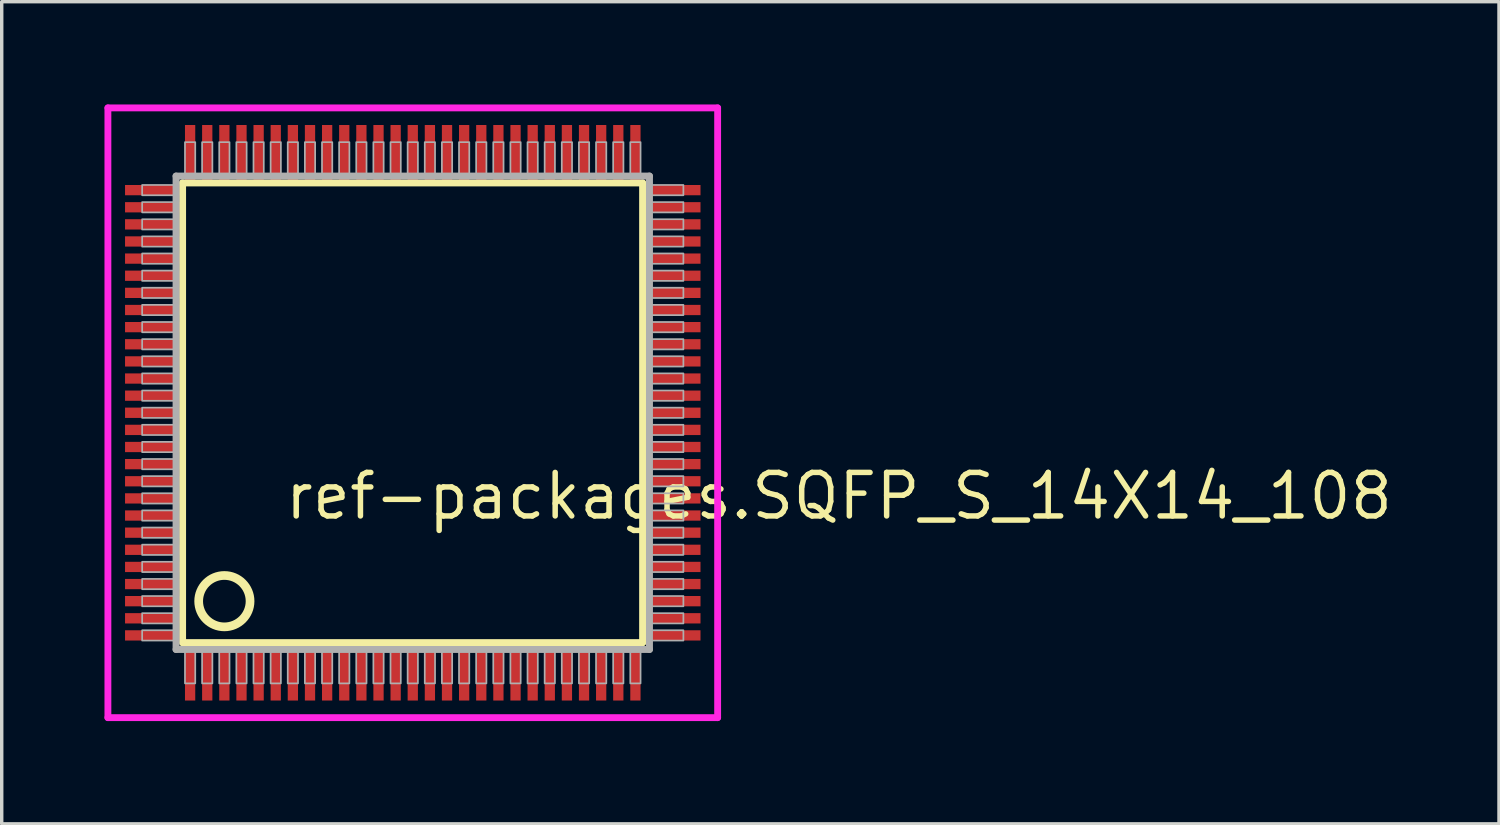
<source format=kicad_pcb>
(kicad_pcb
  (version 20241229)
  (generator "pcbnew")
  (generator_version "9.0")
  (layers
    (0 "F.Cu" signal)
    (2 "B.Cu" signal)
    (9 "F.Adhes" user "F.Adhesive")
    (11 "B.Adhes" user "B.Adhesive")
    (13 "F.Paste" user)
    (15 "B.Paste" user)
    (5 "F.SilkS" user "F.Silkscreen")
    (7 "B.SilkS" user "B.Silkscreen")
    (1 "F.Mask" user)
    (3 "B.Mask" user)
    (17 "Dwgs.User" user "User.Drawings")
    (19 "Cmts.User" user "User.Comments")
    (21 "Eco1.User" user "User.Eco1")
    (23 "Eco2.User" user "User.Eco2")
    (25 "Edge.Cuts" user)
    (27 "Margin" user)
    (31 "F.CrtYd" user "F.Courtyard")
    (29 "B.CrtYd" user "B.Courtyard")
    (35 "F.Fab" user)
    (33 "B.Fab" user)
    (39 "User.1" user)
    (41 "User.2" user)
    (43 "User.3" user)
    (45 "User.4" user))
  (footprint "ref-packages.SQFP_S_14X14_108"
    (layer "F.Cu")
    (at 9 9)
    (property "Reference" "ref-packages.SQFP_S_14X14_108" (at -3.81 3.175 0) (layer "F.SilkS") (effects (font (size 1.27 1.27) (thickness 0.16)) (justify left bottom)))
    (attr smd)
    (fp_line (start -6.72 -6.71) (end 6.71 -6.71) (stroke (width 0.203) (type default)) (layer "F.SilkS"))
    (fp_line (start -6.72 6.71) (end -6.72 -6.71) (stroke (width 0.203) (type default)) (layer "F.SilkS"))
    (fp_line (start 6.71 6.71) (end -6.72 6.71) (stroke (width 0.203) (type default)) (layer "F.SilkS"))
    (fp_line (start 6.71 -6.71) (end 6.71 6.71) (stroke (width 0.203) (type default)) (layer "F.SilkS"))
    (fp_circle (center -5.5 5.5) (end -4.75 5.5) (stroke (width 0.254) (type default)) (fill no) (layer "F.SilkS"))
    (fp_line (start -8.9 -8.9) (end 8.9 -8.9) (stroke (width 0.2) (type default)) (layer "F.CrtYd"))
    (fp_line (start -8.9 8.9) (end -8.9 -8.9) (stroke (width 0.2) (type default)) (layer "F.CrtYd"))
    (fp_line (start 8.9 -8.9) (end 8.9 8.9) (stroke (width 0.2) (type default)) (layer "F.CrtYd"))
    (fp_line (start 8.9 8.9) (end -8.9 8.9) (stroke (width 0.2) (type default)) (layer "F.CrtYd"))
    (fp_line (start -6.91 -6.91) (end -6.91 6.91) (stroke (width 0.203) (type default)) (layer "F.Fab"))
    (fp_line (start -6.91 6.91) (end 6.91 6.91) (stroke (width 0.203) (type default)) (layer "F.Fab"))
    (fp_line (start 6.91 -6.91) (end -6.91 -6.91) (stroke (width 0.203) (type default)) (layer "F.Fab"))
    (fp_line (start 6.91 6.91) (end 6.91 -6.91) (stroke (width 0.203) (type default)) (layer "F.Fab"))
    (fp_rect (start -7.9 -6.35) (end -6.95 -6.65) (stroke (width 0.05) (type default)) (fill no) (layer "F.Fab"))
    (fp_rect (start -7.9 -5.85) (end -6.95 -6.15) (stroke (width 0.05) (type default)) (fill no) (layer "F.Fab"))
    (fp_rect (start -7.9 -5.35) (end -6.95 -5.65) (stroke (width 0.05) (type default)) (fill no) (layer "F.Fab"))
    (fp_rect (start -7.9 -4.85) (end -6.95 -5.15) (stroke (width 0.05) (type default)) (fill no) (layer "F.Fab"))
    (fp_rect (start -7.9 -4.35) (end -6.95 -4.65) (stroke (width 0.05) (type default)) (fill no) (layer "F.Fab"))
    (fp_rect (start -7.9 -3.85) (end -6.95 -4.15) (stroke (width 0.05) (type default)) (fill no) (layer "F.Fab"))
    (fp_rect (start -7.9 -3.35) (end -6.95 -3.65) (stroke (width 0.05) (type default)) (fill no) (layer "F.Fab"))
    (fp_rect (start -7.9 -2.85) (end -6.95 -3.15) (stroke (width 0.05) (type default)) (fill no) (layer "F.Fab"))
    (fp_rect (start -7.9 -2.35) (end -6.95 -2.65) (stroke (width 0.05) (type default)) (fill no) (layer "F.Fab"))
    (fp_rect (start -7.9 -1.85) (end -6.95 -2.15) (stroke (width 0.05) (type default)) (fill no) (layer "F.Fab"))
    (fp_rect (start -7.9 -1.35) (end -6.95 -1.65) (stroke (width 0.05) (type default)) (fill no) (layer "F.Fab"))
    (fp_rect (start -7.9 -0.85) (end -6.95 -1.15) (stroke (width 0.05) (type default)) (fill no) (layer "F.Fab"))
    (fp_rect (start -7.9 -0.35) (end -6.95 -0.65) (stroke (width 0.05) (type default)) (fill no) (layer "F.Fab"))
    (fp_rect (start -7.9 0.15) (end -6.95 -0.15) (stroke (width 0.05) (type default)) (fill no) (layer "F.Fab"))
    (fp_rect (start -7.9 0.65) (end -6.95 0.35) (stroke (width 0.05) (type default)) (fill no) (layer "F.Fab"))
    (fp_rect (start -7.9 1.15) (end -6.95 0.85) (stroke (width 0.05) (type default)) (fill no) (layer "F.Fab"))
    (fp_rect (start -7.9 1.65) (end -6.95 1.35) (stroke (width 0.05) (type default)) (fill no) (layer "F.Fab"))
    (fp_rect (start -7.9 2.15) (end -6.95 1.85) (stroke (width 0.05) (type default)) (fill no) (layer "F.Fab"))
    (fp_rect (start -7.9 2.65) (end -6.95 2.35) (stroke (width 0.05) (type default)) (fill no) (layer "F.Fab"))
    (fp_rect (start -7.9 3.15) (end -6.95 2.85) (stroke (width 0.05) (type default)) (fill no) (layer "F.Fab"))
    (fp_rect (start -7.9 3.65) (end -6.95 3.35) (stroke (width 0.05) (type default)) (fill no) (layer "F.Fab"))
    (fp_rect (start -7.9 4.15) (end -6.95 3.85) (stroke (width 0.05) (type default)) (fill no) (layer "F.Fab"))
    (fp_rect (start -7.9 4.65) (end -6.95 4.35) (stroke (width 0.05) (type default)) (fill no) (layer "F.Fab"))
    (fp_rect (start -7.9 5.15) (end -6.95 4.85) (stroke (width 0.05) (type default)) (fill no) (layer "F.Fab"))
    (fp_rect (start -7.9 5.65) (end -6.95 5.35) (stroke (width 0.05) (type default)) (fill no) (layer "F.Fab"))
    (fp_rect (start -7.9 6.15) (end -6.95 5.85) (stroke (width 0.05) (type default)) (fill no) (layer "F.Fab"))
    (fp_rect (start -7.9 6.65) (end -6.95 6.35) (stroke (width 0.05) (type default)) (fill no) (layer "F.Fab"))
    (fp_rect (start -6.65 -6.95) (end -6.35 -7.9) (stroke (width 0.05) (type default)) (fill no) (layer "F.Fab"))
    (fp_rect (start -6.65 7.9) (end -6.35 6.95) (stroke (width 0.05) (type default)) (fill no) (layer "F.Fab"))
    (fp_rect (start -6.15 -6.95) (end -5.85 -7.9) (stroke (width 0.05) (type default)) (fill no) (layer "F.Fab"))
    (fp_rect (start -6.15 7.9) (end -5.85 6.95) (stroke (width 0.05) (type default)) (fill no) (layer "F.Fab"))
    (fp_rect (start -5.65 -6.95) (end -5.35 -7.9) (stroke (width 0.05) (type default)) (fill no) (layer "F.Fab"))
    (fp_rect (start -5.65 7.9) (end -5.35 6.95) (stroke (width 0.05) (type default)) (fill no) (layer "F.Fab"))
    (fp_rect (start -5.15 -6.95) (end -4.85 -7.9) (stroke (width 0.05) (type default)) (fill no) (layer "F.Fab"))
    (fp_rect (start -5.15 7.9) (end -4.85 6.95) (stroke (width 0.05) (type default)) (fill no) (layer "F.Fab"))
    (fp_rect (start -4.65 -6.95) (end -4.35 -7.9) (stroke (width 0.05) (type default)) (fill no) (layer "F.Fab"))
    (fp_rect (start -4.65 7.9) (end -4.35 6.95) (stroke (width 0.05) (type default)) (fill no) (layer "F.Fab"))
    (fp_rect (start -4.15 -6.95) (end -3.85 -7.9) (stroke (width 0.05) (type default)) (fill no) (layer "F.Fab"))
    (fp_rect (start -4.15 7.9) (end -3.85 6.95) (stroke (width 0.05) (type default)) (fill no) (layer "F.Fab"))
    (fp_rect (start -3.65 -6.95) (end -3.35 -7.9) (stroke (width 0.05) (type default)) (fill no) (layer "F.Fab"))
    (fp_rect (start -3.65 7.9) (end -3.35 6.95) (stroke (width 0.05) (type default)) (fill no) (layer "F.Fab"))
    (fp_rect (start -3.15 -6.95) (end -2.85 -7.9) (stroke (width 0.05) (type default)) (fill no) (layer "F.Fab"))
    (fp_rect (start -3.15 7.9) (end -2.85 6.95) (stroke (width 0.05) (type default)) (fill no) (layer "F.Fab"))
    (fp_rect (start -2.65 -6.95) (end -2.35 -7.9) (stroke (width 0.05) (type default)) (fill no) (layer "F.Fab"))
    (fp_rect (start -2.65 7.9) (end -2.35 6.95) (stroke (width 0.05) (type default)) (fill no) (layer "F.Fab"))
    (fp_rect (start -2.15 -6.95) (end -1.85 -7.9) (stroke (width 0.05) (type default)) (fill no) (layer "F.Fab"))
    (fp_rect (start -2.15 7.9) (end -1.85 6.95) (stroke (width 0.05) (type default)) (fill no) (layer "F.Fab"))
    (fp_rect (start -1.65 -6.95) (end -1.35 -7.9) (stroke (width 0.05) (type default)) (fill no) (layer "F.Fab"))
    (fp_rect (start -1.65 7.9) (end -1.35 6.95) (stroke (width 0.05) (type default)) (fill no) (layer "F.Fab"))
    (fp_rect (start -1.15 -6.95) (end -0.85 -7.9) (stroke (width 0.05) (type default)) (fill no) (layer "F.Fab"))
    (fp_rect (start -1.15 7.9) (end -0.85 6.95) (stroke (width 0.05) (type default)) (fill no) (layer "F.Fab"))
    (fp_rect (start -0.65 -6.95) (end -0.35 -7.9) (stroke (width 0.05) (type default)) (fill no) (layer "F.Fab"))
    (fp_rect (start -0.65 7.9) (end -0.35 6.95) (stroke (width 0.05) (type default)) (fill no) (layer "F.Fab"))
    (fp_rect (start -0.15 -6.95) (end 0.15 -7.9) (stroke (width 0.05) (type default)) (fill no) (layer "F.Fab"))
    (fp_rect (start -0.15 7.9) (end 0.15 6.95) (stroke (width 0.05) (type default)) (fill no) (layer "F.Fab"))
    (fp_rect (start 0.35 -6.95) (end 0.65 -7.9) (stroke (width 0.05) (type default)) (fill no) (layer "F.Fab"))
    (fp_rect (start 0.35 7.9) (end 0.65 6.95) (stroke (width 0.05) (type default)) (fill no) (layer "F.Fab"))
    (fp_rect (start 0.85 -6.95) (end 1.15 -7.9) (stroke (width 0.05) (type default)) (fill no) (layer "F.Fab"))
    (fp_rect (start 0.85 7.9) (end 1.15 6.95) (stroke (width 0.05) (type default)) (fill no) (layer "F.Fab"))
    (fp_rect (start 1.35 -6.95) (end 1.65 -7.9) (stroke (width 0.05) (type default)) (fill no) (layer "F.Fab"))
    (fp_rect (start 1.35 7.9) (end 1.65 6.95) (stroke (width 0.05) (type default)) (fill no) (layer "F.Fab"))
    (fp_rect (start 1.85 -6.95) (end 2.15 -7.9) (stroke (width 0.05) (type default)) (fill no) (layer "F.Fab"))
    (fp_rect (start 1.85 7.9) (end 2.15 6.95) (stroke (width 0.05) (type default)) (fill no) (layer "F.Fab"))
    (fp_rect (start 2.35 -6.95) (end 2.65 -7.9) (stroke (width 0.05) (type default)) (fill no) (layer "F.Fab"))
    (fp_rect (start 2.35 7.9) (end 2.65 6.95) (stroke (width 0.05) (type default)) (fill no) (layer "F.Fab"))
    (fp_rect (start 2.85 -6.95) (end 3.15 -7.9) (stroke (width 0.05) (type default)) (fill no) (layer "F.Fab"))
    (fp_rect (start 2.85 7.9) (end 3.15 6.95) (stroke (width 0.05) (type default)) (fill no) (layer "F.Fab"))
    (fp_rect (start 3.35 -6.95) (end 3.65 -7.9) (stroke (width 0.05) (type default)) (fill no) (layer "F.Fab"))
    (fp_rect (start 3.35 7.9) (end 3.65 6.95) (stroke (width 0.05) (type default)) (fill no) (layer "F.Fab"))
    (fp_rect (start 3.85 -6.95) (end 4.15 -7.9) (stroke (width 0.05) (type default)) (fill no) (layer "F.Fab"))
    (fp_rect (start 3.85 7.9) (end 4.15 6.95) (stroke (width 0.05) (type default)) (fill no) (layer "F.Fab"))
    (fp_rect (start 4.35 -6.95) (end 4.65 -7.9) (stroke (width 0.05) (type default)) (fill no) (layer "F.Fab"))
    (fp_rect (start 4.35 7.9) (end 4.65 6.95) (stroke (width 0.05) (type default)) (fill no) (layer "F.Fab"))
    (fp_rect (start 4.85 -6.95) (end 5.15 -7.9) (stroke (width 0.05) (type default)) (fill no) (layer "F.Fab"))
    (fp_rect (start 4.85 7.9) (end 5.15 6.95) (stroke (width 0.05) (type default)) (fill no) (layer "F.Fab"))
    (fp_rect (start 5.35 -6.95) (end 5.65 -7.9) (stroke (width 0.05) (type default)) (fill no) (layer "F.Fab"))
    (fp_rect (start 5.35 7.9) (end 5.65 6.95) (stroke (width 0.05) (type default)) (fill no) (layer "F.Fab"))
    (fp_rect (start 5.85 -6.95) (end 6.15 -7.9) (stroke (width 0.05) (type default)) (fill no) (layer "F.Fab"))
    (fp_rect (start 5.85 7.9) (end 6.15 6.95) (stroke (width 0.05) (type default)) (fill no) (layer "F.Fab"))
    (fp_rect (start 6.35 -6.95) (end 6.65 -7.9) (stroke (width 0.05) (type default)) (fill no) (layer "F.Fab"))
    (fp_rect (start 6.35 7.9) (end 6.65 6.95) (stroke (width 0.05) (type default)) (fill no) (layer "F.Fab"))
    (fp_rect (start 6.95 -6.35) (end 7.9 -6.65) (stroke (width 0.05) (type default)) (fill no) (layer "F.Fab"))
    (fp_rect (start 6.95 -5.85) (end 7.9 -6.15) (stroke (width 0.05) (type default)) (fill no) (layer "F.Fab"))
    (fp_rect (start 6.95 -5.35) (end 7.9 -5.65) (stroke (width 0.05) (type default)) (fill no) (layer "F.Fab"))
    (fp_rect (start 6.95 -4.85) (end 7.9 -5.15) (stroke (width 0.05) (type default)) (fill no) (layer "F.Fab"))
    (fp_rect (start 6.95 -4.35) (end 7.9 -4.65) (stroke (width 0.05) (type default)) (fill no) (layer "F.Fab"))
    (fp_rect (start 6.95 -3.85) (end 7.9 -4.15) (stroke (width 0.05) (type default)) (fill no) (layer "F.Fab"))
    (fp_rect (start 6.95 -3.35) (end 7.9 -3.65) (stroke (width 0.05) (type default)) (fill no) (layer "F.Fab"))
    (fp_rect (start 6.95 -2.85) (end 7.9 -3.15) (stroke (width 0.05) (type default)) (fill no) (layer "F.Fab"))
    (fp_rect (start 6.95 -2.35) (end 7.9 -2.65) (stroke (width 0.05) (type default)) (fill no) (layer "F.Fab"))
    (fp_rect (start 6.95 -1.85) (end 7.9 -2.15) (stroke (width 0.05) (type default)) (fill no) (layer "F.Fab"))
    (fp_rect (start 6.95 -1.35) (end 7.9 -1.65) (stroke (width 0.05) (type default)) (fill no) (layer "F.Fab"))
    (fp_rect (start 6.95 -0.85) (end 7.9 -1.15) (stroke (width 0.05) (type default)) (fill no) (layer "F.Fab"))
    (fp_rect (start 6.95 -0.35) (end 7.9 -0.65) (stroke (width 0.05) (type default)) (fill no) (layer "F.Fab"))
    (fp_rect (start 6.95 0.15) (end 7.9 -0.15) (stroke (width 0.05) (type default)) (fill no) (layer "F.Fab"))
    (fp_rect (start 6.95 0.65) (end 7.9 0.35) (stroke (width 0.05) (type default)) (fill no) (layer "F.Fab"))
    (fp_rect (start 6.95 1.15) (end 7.9 0.85) (stroke (width 0.05) (type default)) (fill no) (layer "F.Fab"))
    (fp_rect (start 6.95 1.65) (end 7.9 1.35) (stroke (width 0.05) (type default)) (fill no) (layer "F.Fab"))
    (fp_rect (start 6.95 2.15) (end 7.9 1.85) (stroke (width 0.05) (type default)) (fill no) (layer "F.Fab"))
    (fp_rect (start 6.95 2.65) (end 7.9 2.35) (stroke (width 0.05) (type default)) (fill no) (layer "F.Fab"))
    (fp_rect (start 6.95 3.15) (end 7.9 2.85) (stroke (width 0.05) (type default)) (fill no) (layer "F.Fab"))
    (fp_rect (start 6.95 3.65) (end 7.9 3.35) (stroke (width 0.05) (type default)) (fill no) (layer "F.Fab"))
    (fp_rect (start 6.95 4.15) (end 7.9 3.85) (stroke (width 0.05) (type default)) (fill no) (layer "F.Fab"))
    (fp_rect (start 6.95 4.65) (end 7.9 4.35) (stroke (width 0.05) (type default)) (fill no) (layer "F.Fab"))
    (fp_rect (start 6.95 5.15) (end 7.9 4.85) (stroke (width 0.05) (type default)) (fill no) (layer "F.Fab"))
    (fp_rect (start 6.95 5.65) (end 7.9 5.35) (stroke (width 0.05) (type default)) (fill no) (layer "F.Fab"))
    (fp_rect (start 6.95 6.15) (end 7.9 5.85) (stroke (width 0.05) (type default)) (fill no) (layer "F.Fab"))
    (fp_rect (start 6.95 6.65) (end 7.9 6.35) (stroke (width 0.05) (type default)) (fill no) (layer "F.Fab"))
    (pad "1" smd roundrect (at -6.5 7.6) (size 0.3 1.6) (layers "F.Cu" "F.Mask" "F.Paste") (roundrect_rratio 0.01))
    (pad "2" smd roundrect (at -6 7.6) (size 0.3 1.6) (layers "F.Cu" "F.Mask" "F.Paste") (roundrect_rratio 0.01))
    (pad "3" smd roundrect (at -5.5 7.6) (size 0.3 1.6) (layers "F.Cu" "F.Mask" "F.Paste") (roundrect_rratio 0.01))
    (pad "4" smd roundrect (at -5 7.6) (size 0.3 1.6) (layers "F.Cu" "F.Mask" "F.Paste") (roundrect_rratio 0.01))
    (pad "5" smd roundrect (at -4.5 7.6) (size 0.3 1.6) (layers "F.Cu" "F.Mask" "F.Paste") (roundrect_rratio 0.01))
    (pad "6" smd roundrect (at -4 7.6) (size 0.3 1.6) (layers "F.Cu" "F.Mask" "F.Paste") (roundrect_rratio 0.01))
    (pad "7" smd roundrect (at -3.5 7.6) (size 0.3 1.6) (layers "F.Cu" "F.Mask" "F.Paste") (roundrect_rratio 0.01))
    (pad "8" smd roundrect (at -3 7.6) (size 0.3 1.6) (layers "F.Cu" "F.Mask" "F.Paste") (roundrect_rratio 0.01))
    (pad "9" smd roundrect (at -2.5 7.6) (size 0.3 1.6) (layers "F.Cu" "F.Mask" "F.Paste") (roundrect_rratio 0.01))
    (pad "10" smd roundrect (at -2 7.6) (size 0.3 1.6) (layers "F.Cu" "F.Mask" "F.Paste") (roundrect_rratio 0.01))
    (pad "11" smd roundrect (at -1.5 7.6) (size 0.3 1.6) (layers "F.Cu" "F.Mask" "F.Paste") (roundrect_rratio 0.01))
    (pad "12" smd roundrect (at -1 7.6) (size 0.3 1.6) (layers "F.Cu" "F.Mask" "F.Paste") (roundrect_rratio 0.01))
    (pad "13" smd roundrect (at -0.5 7.6) (size 0.3 1.6) (layers "F.Cu" "F.Mask" "F.Paste") (roundrect_rratio 0.01))
    (pad "14" smd roundrect (at 0 7.6) (size 0.3 1.6) (layers "F.Cu" "F.Mask" "F.Paste") (roundrect_rratio 0.01))
    (pad "15" smd roundrect (at 0.5 7.6) (size 0.3 1.6) (layers "F.Cu" "F.Mask" "F.Paste") (roundrect_rratio 0.01))
    (pad "16" smd roundrect (at 1 7.6) (size 0.3 1.6) (layers "F.Cu" "F.Mask" "F.Paste") (roundrect_rratio 0.01))
    (pad "17" smd roundrect (at 1.5 7.6) (size 0.3 1.6) (layers "F.Cu" "F.Mask" "F.Paste") (roundrect_rratio 0.01))
    (pad "18" smd roundrect (at 2 7.6) (size 0.3 1.6) (layers "F.Cu" "F.Mask" "F.Paste") (roundrect_rratio 0.01))
    (pad "19" smd roundrect (at 2.5 7.6) (size 0.3 1.6) (layers "F.Cu" "F.Mask" "F.Paste") (roundrect_rratio 0.01))
    (pad "20" smd roundrect (at 3 7.6) (size 0.3 1.6) (layers "F.Cu" "F.Mask" "F.Paste") (roundrect_rratio 0.01))
    (pad "21" smd roundrect (at 3.5 7.6) (size 0.3 1.6) (layers "F.Cu" "F.Mask" "F.Paste") (roundrect_rratio 0.01))
    (pad "22" smd roundrect (at 4 7.6) (size 0.3 1.6) (layers "F.Cu" "F.Mask" "F.Paste") (roundrect_rratio 0.01))
    (pad "23" smd roundrect (at 4.5 7.6) (size 0.3 1.6) (layers "F.Cu" "F.Mask" "F.Paste") (roundrect_rratio 0.01))
    (pad "24" smd roundrect (at 5 7.6) (size 0.3 1.6) (layers "F.Cu" "F.Mask" "F.Paste") (roundrect_rratio 0.01))
    (pad "25" smd roundrect (at 5.5 7.6) (size 0.3 1.6) (layers "F.Cu" "F.Mask" "F.Paste") (roundrect_rratio 0.01))
    (pad "26" smd roundrect (at 6 7.6) (size 0.3 1.6) (layers "F.Cu" "F.Mask" "F.Paste") (roundrect_rratio 0.01))
    (pad "27" smd roundrect (at 6.5 7.6) (size 0.3 1.6) (layers "F.Cu" "F.Mask" "F.Paste") (roundrect_rratio 0.01))
    (pad "28" smd roundrect (at 7.6 6.5) (size 1.6 0.3) (layers "F.Cu" "F.Mask" "F.Paste") (roundrect_rratio 0.01))
    (pad "29" smd roundrect (at 7.6 6) (size 1.6 0.3) (layers "F.Cu" "F.Mask" "F.Paste") (roundrect_rratio 0.01))
    (pad "30" smd roundrect (at 7.6 5.5) (size 1.6 0.3) (layers "F.Cu" "F.Mask" "F.Paste") (roundrect_rratio 0.01))
    (pad "31" smd roundrect (at 7.6 5) (size 1.6 0.3) (layers "F.Cu" "F.Mask" "F.Paste") (roundrect_rratio 0.01))
    (pad "32" smd roundrect (at 7.6 4.5) (size 1.6 0.3) (layers "F.Cu" "F.Mask" "F.Paste") (roundrect_rratio 0.01))
    (pad "33" smd roundrect (at 7.6 4) (size 1.6 0.3) (layers "F.Cu" "F.Mask" "F.Paste") (roundrect_rratio 0.01))
    (pad "34" smd roundrect (at 7.6 3.5) (size 1.6 0.3) (layers "F.Cu" "F.Mask" "F.Paste") (roundrect_rratio 0.01))
    (pad "35" smd roundrect (at 7.6 3) (size 1.6 0.3) (layers "F.Cu" "F.Mask" "F.Paste") (roundrect_rratio 0.01))
    (pad "36" smd roundrect (at 7.6 2.5) (size 1.6 0.3) (layers "F.Cu" "F.Mask" "F.Paste") (roundrect_rratio 0.01))
    (pad "37" smd roundrect (at 7.6 2) (size 1.6 0.3) (layers "F.Cu" "F.Mask" "F.Paste") (roundrect_rratio 0.01))
    (pad "38" smd roundrect (at 7.6 1.5) (size 1.6 0.3) (layers "F.Cu" "F.Mask" "F.Paste") (roundrect_rratio 0.01))
    (pad "39" smd roundrect (at 7.6 1) (size 1.6 0.3) (layers "F.Cu" "F.Mask" "F.Paste") (roundrect_rratio 0.01))
    (pad "40" smd roundrect (at 7.6 0.5) (size 1.6 0.3) (layers "F.Cu" "F.Mask" "F.Paste") (roundrect_rratio 0.01))
    (pad "41" smd roundrect (at 7.6 0) (size 1.6 0.3) (layers "F.Cu" "F.Mask" "F.Paste") (roundrect_rratio 0.01))
    (pad "42" smd roundrect (at 7.6 -0.5) (size 1.6 0.3) (layers "F.Cu" "F.Mask" "F.Paste") (roundrect_rratio 0.01))
    (pad "43" smd roundrect (at 7.6 -1) (size 1.6 0.3) (layers "F.Cu" "F.Mask" "F.Paste") (roundrect_rratio 0.01))
    (pad "44" smd roundrect (at 7.6 -1.5) (size 1.6 0.3) (layers "F.Cu" "F.Mask" "F.Paste") (roundrect_rratio 0.01))
    (pad "45" smd roundrect (at 7.6 -2) (size 1.6 0.3) (layers "F.Cu" "F.Mask" "F.Paste") (roundrect_rratio 0.01))
    (pad "46" smd roundrect (at 7.6 -2.5) (size 1.6 0.3) (layers "F.Cu" "F.Mask" "F.Paste") (roundrect_rratio 0.01))
    (pad "47" smd roundrect (at 7.6 -3) (size 1.6 0.3) (layers "F.Cu" "F.Mask" "F.Paste") (roundrect_rratio 0.01))
    (pad "48" smd roundrect (at 7.6 -3.5) (size 1.6 0.3) (layers "F.Cu" "F.Mask" "F.Paste") (roundrect_rratio 0.01))
    (pad "49" smd roundrect (at 7.6 -4) (size 1.6 0.3) (layers "F.Cu" "F.Mask" "F.Paste") (roundrect_rratio 0.01))
    (pad "50" smd roundrect (at 7.6 -4.5) (size 1.6 0.3) (layers "F.Cu" "F.Mask" "F.Paste") (roundrect_rratio 0.01))
    (pad "51" smd roundrect (at 7.6 -5) (size 1.6 0.3) (layers "F.Cu" "F.Mask" "F.Paste") (roundrect_rratio 0.01))
    (pad "52" smd roundrect (at 7.6 -5.5) (size 1.6 0.3) (layers "F.Cu" "F.Mask" "F.Paste") (roundrect_rratio 0.01))
    (pad "53" smd roundrect (at 7.6 -6) (size 1.6 0.3) (layers "F.Cu" "F.Mask" "F.Paste") (roundrect_rratio 0.01))
    (pad "54" smd roundrect (at 7.6 -6.5) (size 1.6 0.3) (layers "F.Cu" "F.Mask" "F.Paste") (roundrect_rratio 0.01))
    (pad "55" smd roundrect (at 6.5 -7.6) (size 0.3 1.6) (layers "F.Cu" "F.Mask" "F.Paste") (roundrect_rratio 0.01))
    (pad "56" smd roundrect (at 6 -7.6) (size 0.3 1.6) (layers "F.Cu" "F.Mask" "F.Paste") (roundrect_rratio 0.01))
    (pad "57" smd roundrect (at 5.5 -7.6) (size 0.3 1.6) (layers "F.Cu" "F.Mask" "F.Paste") (roundrect_rratio 0.01))
    (pad "58" smd roundrect (at 5 -7.6) (size 0.3 1.6) (layers "F.Cu" "F.Mask" "F.Paste") (roundrect_rratio 0.01))
    (pad "59" smd roundrect (at 4.5 -7.6) (size 0.3 1.6) (layers "F.Cu" "F.Mask" "F.Paste") (roundrect_rratio 0.01))
    (pad "60" smd roundrect (at 4 -7.6) (size 0.3 1.6) (layers "F.Cu" "F.Mask" "F.Paste") (roundrect_rratio 0.01))
    (pad "61" smd roundrect (at 3.5 -7.6) (size 0.3 1.6) (layers "F.Cu" "F.Mask" "F.Paste") (roundrect_rratio 0.01))
    (pad "62" smd roundrect (at 3 -7.6) (size 0.3 1.6) (layers "F.Cu" "F.Mask" "F.Paste") (roundrect_rratio 0.01))
    (pad "63" smd roundrect (at 2.5 -7.6) (size 0.3 1.6) (layers "F.Cu" "F.Mask" "F.Paste") (roundrect_rratio 0.01))
    (pad "64" smd roundrect (at 2 -7.6) (size 0.3 1.6) (layers "F.Cu" "F.Mask" "F.Paste") (roundrect_rratio 0.01))
    (pad "65" smd roundrect (at 1.5 -7.6) (size 0.3 1.6) (layers "F.Cu" "F.Mask" "F.Paste") (roundrect_rratio 0.01))
    (pad "66" smd roundrect (at 1 -7.6) (size 0.3 1.6) (layers "F.Cu" "F.Mask" "F.Paste") (roundrect_rratio 0.01))
    (pad "67" smd roundrect (at 0.5 -7.6) (size 0.3 1.6) (layers "F.Cu" "F.Mask" "F.Paste") (roundrect_rratio 0.01))
    (pad "68" smd roundrect (at 0 -7.6) (size 0.3 1.6) (layers "F.Cu" "F.Mask" "F.Paste") (roundrect_rratio 0.01))
    (pad "69" smd roundrect (at -0.5 -7.6) (size 0.3 1.6) (layers "F.Cu" "F.Mask" "F.Paste") (roundrect_rratio 0.01))
    (pad "70" smd roundrect (at -1 -7.6) (size 0.3 1.6) (layers "F.Cu" "F.Mask" "F.Paste") (roundrect_rratio 0.01))
    (pad "71" smd roundrect (at -1.5 -7.6) (size 0.3 1.6) (layers "F.Cu" "F.Mask" "F.Paste") (roundrect_rratio 0.01))
    (pad "72" smd roundrect (at -2 -7.6) (size 0.3 1.6) (layers "F.Cu" "F.Mask" "F.Paste") (roundrect_rratio 0.01))
    (pad "73" smd roundrect (at -2.5 -7.6) (size 0.3 1.6) (layers "F.Cu" "F.Mask" "F.Paste") (roundrect_rratio 0.01))
    (pad "74" smd roundrect (at -3 -7.6) (size 0.3 1.6) (layers "F.Cu" "F.Mask" "F.Paste") (roundrect_rratio 0.01))
    (pad "75" smd roundrect (at -3.5 -7.6) (size 0.3 1.6) (layers "F.Cu" "F.Mask" "F.Paste") (roundrect_rratio 0.01))
    (pad "76" smd roundrect (at -4 -7.6) (size 0.3 1.6) (layers "F.Cu" "F.Mask" "F.Paste") (roundrect_rratio 0.01))
    (pad "77" smd roundrect (at -4.5 -7.6) (size 0.3 1.6) (layers "F.Cu" "F.Mask" "F.Paste") (roundrect_rratio 0.01))
    (pad "78" smd roundrect (at -5 -7.6) (size 0.3 1.6) (layers "F.Cu" "F.Mask" "F.Paste") (roundrect_rratio 0.01))
    (pad "79" smd roundrect (at -5.5 -7.6) (size 0.3 1.6) (layers "F.Cu" "F.Mask" "F.Paste") (roundrect_rratio 0.01))
    (pad "80" smd roundrect (at -6 -7.6) (size 0.3 1.6) (layers "F.Cu" "F.Mask" "F.Paste") (roundrect_rratio 0.01))
    (pad "81" smd roundrect (at -6.5 -7.6) (size 0.3 1.6) (layers "F.Cu" "F.Mask" "F.Paste") (roundrect_rratio 0.01))
    (pad "82" smd roundrect (at -7.6 -6.5) (size 1.6 0.3) (layers "F.Cu" "F.Mask" "F.Paste") (roundrect_rratio 0.01))
    (pad "83" smd roundrect (at -7.6 -6) (size 1.6 0.3) (layers "F.Cu" "F.Mask" "F.Paste") (roundrect_rratio 0.01))
    (pad "84" smd roundrect (at -7.6 -5.5) (size 1.6 0.3) (layers "F.Cu" "F.Mask" "F.Paste") (roundrect_rratio 0.01))
    (pad "85" smd roundrect (at -7.6 -5) (size 1.6 0.3) (layers "F.Cu" "F.Mask" "F.Paste") (roundrect_rratio 0.01))
    (pad "86" smd roundrect (at -7.6 -4.5) (size 1.6 0.3) (layers "F.Cu" "F.Mask" "F.Paste") (roundrect_rratio 0.01))
    (pad "87" smd roundrect (at -7.6 -4) (size 1.6 0.3) (layers "F.Cu" "F.Mask" "F.Paste") (roundrect_rratio 0.01))
    (pad "88" smd roundrect (at -7.6 -3.5) (size 1.6 0.3) (layers "F.Cu" "F.Mask" "F.Paste") (roundrect_rratio 0.01))
    (pad "89" smd roundrect (at -7.6 -3) (size 1.6 0.3) (layers "F.Cu" "F.Mask" "F.Paste") (roundrect_rratio 0.01))
    (pad "90" smd roundrect (at -7.6 -2.5) (size 1.6 0.3) (layers "F.Cu" "F.Mask" "F.Paste") (roundrect_rratio 0.01))
    (pad "91" smd roundrect (at -7.6 -2) (size 1.6 0.3) (layers "F.Cu" "F.Mask" "F.Paste") (roundrect_rratio 0.01))
    (pad "92" smd roundrect (at -7.6 -1.5) (size 1.6 0.3) (layers "F.Cu" "F.Mask" "F.Paste") (roundrect_rratio 0.01))
    (pad "93" smd roundrect (at -7.6 -1) (size 1.6 0.3) (layers "F.Cu" "F.Mask" "F.Paste") (roundrect_rratio 0.01))
    (pad "94" smd roundrect (at -7.6 -0.5) (size 1.6 0.3) (layers "F.Cu" "F.Mask" "F.Paste") (roundrect_rratio 0.01))
    (pad "95" smd roundrect (at -7.6 0) (size 1.6 0.3) (layers "F.Cu" "F.Mask" "F.Paste") (roundrect_rratio 0.01))
    (pad "96" smd roundrect (at -7.6 0.5) (size 1.6 0.3) (layers "F.Cu" "F.Mask" "F.Paste") (roundrect_rratio 0.01))
    (pad "97" smd roundrect (at -7.6 1) (size 1.6 0.3) (layers "F.Cu" "F.Mask" "F.Paste") (roundrect_rratio 0.01))
    (pad "98" smd roundrect (at -7.6 1.5) (size 1.6 0.3) (layers "F.Cu" "F.Mask" "F.Paste") (roundrect_rratio 0.01))
    (pad "99" smd roundrect (at -7.6 2) (size 1.6 0.3) (layers "F.Cu" "F.Mask" "F.Paste") (roundrect_rratio 0.01))
    (pad "100" smd roundrect (at -7.6 2.5) (size 1.6 0.3) (layers "F.Cu" "F.Mask" "F.Paste") (roundrect_rratio 0.01))
    (pad "101" smd roundrect (at -7.6 3) (size 1.6 0.3) (layers "F.Cu" "F.Mask" "F.Paste") (roundrect_rratio 0.01))
    (pad "102" smd roundrect (at -7.6 3.5) (size 1.6 0.3) (layers "F.Cu" "F.Mask" "F.Paste") (roundrect_rratio 0.01))
    (pad "103" smd roundrect (at -7.6 4) (size 1.6 0.3) (layers "F.Cu" "F.Mask" "F.Paste") (roundrect_rratio 0.01))
    (pad "104" smd roundrect (at -7.6 4.5) (size 1.6 0.3) (layers "F.Cu" "F.Mask" "F.Paste") (roundrect_rratio 0.01))
    (pad "105" smd roundrect (at -7.6 5) (size 1.6 0.3) (layers "F.Cu" "F.Mask" "F.Paste") (roundrect_rratio 0.01))
    (pad "106" smd roundrect (at -7.6 5.5) (size 1.6 0.3) (layers "F.Cu" "F.Mask" "F.Paste") (roundrect_rratio 0.01))
    (pad "107" smd roundrect (at -7.6 6) (size 1.6 0.3) (layers "F.Cu" "F.Mask" "F.Paste") (roundrect_rratio 0.01))
    (pad "108" smd roundrect (at -7.6 6.5) (size 1.6 0.3) (layers "F.Cu" "F.Mask" "F.Paste") (roundrect_rratio 0.01)))
  (gr_rect
    (start -3 -3)
    (end 40.71 21)
    (stroke (width 0.1) (type default))
    (fill no)
    (layer "Edge.Cuts")))
</source>
